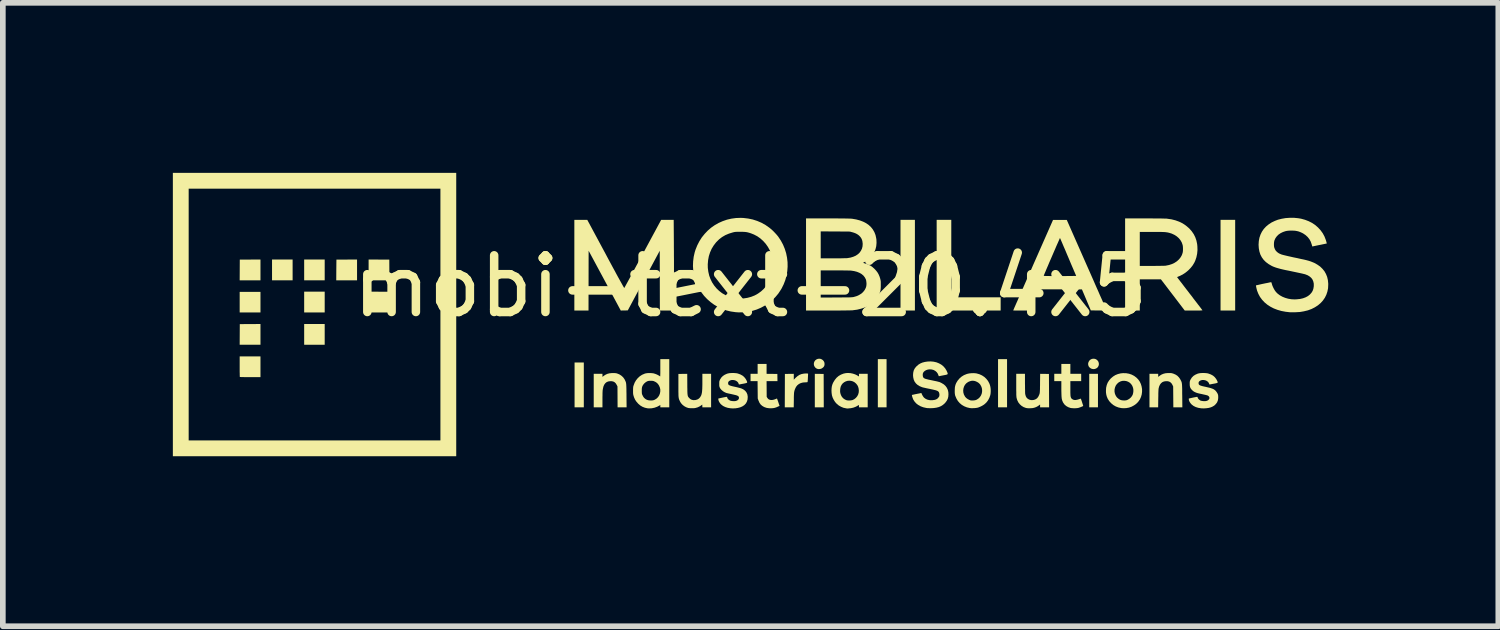
<source format=kicad_pcb>
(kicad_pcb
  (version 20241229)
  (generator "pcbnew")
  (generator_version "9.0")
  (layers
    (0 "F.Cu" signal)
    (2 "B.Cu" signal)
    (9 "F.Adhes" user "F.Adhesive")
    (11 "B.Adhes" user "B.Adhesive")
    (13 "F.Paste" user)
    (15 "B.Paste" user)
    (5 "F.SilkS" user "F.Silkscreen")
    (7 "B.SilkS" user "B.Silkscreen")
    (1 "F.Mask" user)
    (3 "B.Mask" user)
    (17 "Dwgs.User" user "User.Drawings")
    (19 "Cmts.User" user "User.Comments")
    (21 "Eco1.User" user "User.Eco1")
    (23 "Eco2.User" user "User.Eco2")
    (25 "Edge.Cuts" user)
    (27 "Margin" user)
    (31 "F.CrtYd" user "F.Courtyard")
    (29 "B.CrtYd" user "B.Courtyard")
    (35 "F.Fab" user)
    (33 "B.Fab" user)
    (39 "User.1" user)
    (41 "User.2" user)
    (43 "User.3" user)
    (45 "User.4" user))
  (footprint "mobi-text-20.4x5"
    (layer "F.Cu")
    (at 10.193 2.5)
    (property "Reference" "mobi-text-20.4x5" (at 0 -0.5 0) (unlocked yes) (layer "F.SilkS") (effects (font (size 1 1) (thickness 0.15))))
    (attr smd)
    (fp_poly (pts (xy -8.647 -0.037) (xy -9.014 -0.037) (xy -9.014 -0.4) (xy -8.647 -0.4)) (stroke (width 0) (type solid)) (fill yes) (layer "F.SilkS"))
    (fp_poly (pts (xy -8.08 -0.604) (xy -8.443 -0.604) (xy -8.443 -0.971) (xy -8.08 -0.971)) (stroke (width 0) (type solid)) (fill yes) (layer "F.SilkS"))
    (fp_poly (pts (xy -7.514 -0.604) (xy -7.876 -0.604) (xy -7.876 -0.971) (xy -7.514 -0.971)) (stroke (width 0) (type solid)) (fill yes) (layer "F.SilkS"))
    (fp_poly (pts (xy -7.514 -0.037) (xy -7.876 -0.037) (xy -7.876 -0.404) (xy -7.514 -0.404)) (stroke (width 0) (type solid)) (fill yes) (layer "F.SilkS"))
    (fp_poly (pts (xy -7.514 0.533) (xy -7.876 0.533) (xy -7.876 0.167) (xy -7.514 0.167)) (stroke (width 0) (type solid)) (fill yes) (layer "F.SilkS"))
    (fp_poly (pts (xy -2.942 1.637) (xy -3.105 1.637) (xy -3.105 0.846) (xy -2.942 0.846)) (stroke (width 0) (type solid)) (fill yes) (layer "F.SilkS"))
    (fp_poly (pts (xy 2.4 1.637) (xy 2.246 1.637) (xy 2.246 0.787) (xy 2.4 0.787)) (stroke (width 0) (type solid)) (fill yes) (layer "F.SilkS"))
    (fp_poly (pts (xy 2.9 -0.071) (xy 2.646 -0.071) (xy 2.646 -1.671) (xy 2.9 -1.671)) (stroke (width 0) (type solid)) (fill yes) (layer "F.SilkS"))
    (fp_poly (pts (xy 4.526 1.637) (xy 4.367 1.637) (xy 4.367 0.787) (xy 4.526 0.787)) (stroke (width 0) (type solid)) (fill yes) (layer "F.SilkS"))
    (fp_poly (pts (xy 6.13 1.637) (xy 5.976 1.637) (xy 5.976 1.046) (xy 6.13 1.046)) (stroke (width 0) (type solid)) (fill yes) (layer "F.SilkS"))
    (fp_poly (pts (xy 8.551 -0.071) (xy 8.293 -0.071) (xy 8.293 -1.671) (xy 8.551 -1.671)) (stroke (width 0) (type solid)) (fill yes) (layer "F.SilkS"))
    (fp_poly (pts (xy 1.212 1.047) (xy 1.29 1.048) (xy 1.292 1.637) (xy 1.134 1.637) (xy 1.134 1.046)) (stroke (width 0) (type solid)) (fill yes) (layer "F.SilkS"))
    (fp_poly (pts (xy -8.647 -0.604) (xy -9.014 -0.604) (xy -9.013 -0.786) (xy -9.012 -0.969) (xy -8.83 -0.97) (xy -8.647 -0.971)) (stroke (width 0) (type solid)) (fill yes) (layer "F.SilkS"))
    (fp_poly (pts (xy -8.647 0.533) (xy -9.014 0.533) (xy -9.013 0.351) (xy -9.012 0.169) (xy -8.83 0.168) (xy -8.647 0.167)) (stroke (width 0) (type solid)) (fill yes) (layer "F.SilkS"))
    (fp_poly (pts (xy -6.943 -0.604) (xy -7.31 -0.604) (xy -7.309 -0.786) (xy -7.307 -0.969) (xy -7.125 -0.97) (xy -6.943 -0.971)) (stroke (width 0) (type solid)) (fill yes) (layer "F.SilkS"))
    (fp_poly (pts (xy -6.556 -0.97) (xy -6.374 -0.969) (xy -6.373 -0.786) (xy -6.372 -0.604) (xy -6.739 -0.604) (xy -6.739 -0.971)) (stroke (width 0) (type solid)) (fill yes) (layer "F.SilkS"))
    (fp_poly (pts (xy -6.556 -0.403) (xy -6.374 -0.402) (xy -6.373 -0.22) (xy -6.372 -0.037) (xy -6.739 -0.037) (xy -6.739 -0.404)) (stroke (width 0) (type solid)) (fill yes) (layer "F.SilkS"))
    (fp_poly (pts (xy 3.542 -0.304) (xy 4.413 -0.304) (xy 4.413 -0.071) (xy 3.284 -0.071) (xy 3.284 -1.671) (xy 3.542 -1.671)) (stroke (width 0) (type solid)) (fill yes) (layer "F.SilkS"))
    (fp_poly (pts (xy -5.193 2.5) (xy -10.193 2.5) (xy -10.193 2.221) (xy -9.914 2.221) (xy -5.472 2.221) (xy -5.472 -2.221) (xy -9.914 -2.221) (xy -9.914 2.221) (xy -10.193 2.221) (xy -10.193 -2.5) (xy -5.193 -2.5)) (stroke (width 0) (type solid)) (fill yes) (layer "F.SilkS"))
    (fp_poly (pts (xy -8.647 1.104) (xy -8.828 1.104) (xy -8.866 1.104) (xy -8.901 1.104) (xy -8.933 1.104) (xy -8.961 1.103) (xy -8.983 1.103) (xy -9 1.102) (xy -9.009 1.102) (xy -9.011 1.101) (xy -9.012 1.097) (xy -9.012 1.085) (xy -9.013 1.066) (xy -9.013 1.042) (xy -9.014 1.012) (xy -9.014 0.979) (xy -9.014 0.942) (xy -9.014 0.918) (xy -9.014 0.738) (xy -8.647 0.738)) (stroke (width 0) (type solid)) (fill yes) (layer "F.SilkS"))
    (fp_poly (pts (xy 6.072 0.781) (xy 6.096 0.789) (xy 6.116 0.804) (xy 6.133 0.824) (xy 6.136 0.83) (xy 6.145 0.856) (xy 6.146 0.881) (xy 6.141 0.903) (xy 6.13 0.924) (xy 6.115 0.941) (xy 6.095 0.953) (xy 6.072 0.961) (xy 6.048 0.963) (xy 6.022 0.958) (xy 6.005 0.951) (xy 5.984 0.936) (xy 5.968 0.917) (xy 5.959 0.894) (xy 5.956 0.87) (xy 5.961 0.845) (xy 5.972 0.822) (xy 5.979 0.812) (xy 5.999 0.794) (xy 6.023 0.783) (xy 6.047 0.779)) (stroke (width 0) (type solid)) (fill yes) (layer "F.SilkS"))
    (fp_poly (pts (xy 1.236 0.782) (xy 1.259 0.792) (xy 1.278 0.806) (xy 1.293 0.825) (xy 1.303 0.847) (xy 1.306 0.873) (xy 1.304 0.892) (xy 1.3 0.907) (xy 1.293 0.919) (xy 1.282 0.932) (xy 1.28 0.934) (xy 1.257 0.951) (xy 1.231 0.96) (xy 1.203 0.963) (xy 1.177 0.958) (xy 1.161 0.95) (xy 1.144 0.937) (xy 1.131 0.92) (xy 1.123 0.906) (xy 1.117 0.88) (xy 1.118 0.854) (xy 1.127 0.829) (xy 1.142 0.808) (xy 1.161 0.793) (xy 1.187 0.782) (xy 1.212 0.779)) (stroke (width 0) (type solid)) (fill yes) (layer "F.SilkS"))
    (fp_poly (pts (xy 0.989 1.04) (xy 1.003 1.041) (xy 1.012 1.041) (xy 1.014 1.042) (xy 1.015 1.047) (xy 1.015 1.058) (xy 1.014 1.074) (xy 1.013 1.094) (xy 1.012 1.115) (xy 1.011 1.137) (xy 1.01 1.157) (xy 1.008 1.174) (xy 1.007 1.186) (xy 1.006 1.191) (xy 1.002 1.193) (xy 0.991 1.195) (xy 0.972 1.196) (xy 0.968 1.196) (xy 0.925 1.199) (xy 0.887 1.209) (xy 0.854 1.225) (xy 0.826 1.247) (xy 0.803 1.276) (xy 0.785 1.313) (xy 0.774 1.345) (xy 0.772 1.355) (xy 0.77 1.365) (xy 0.768 1.377) (xy 0.767 1.39) (xy 0.766 1.408) (xy 0.765 1.43) (xy 0.764 1.457) (xy 0.764 1.492) (xy 0.764 1.507) (xy 0.762 1.637) (xy 0.604 1.637) (xy 0.606 1.048) (xy 0.684 1.047) (xy 0.763 1.046) (xy 0.763 1.15) (xy 0.791 1.12) (xy 0.826 1.089) (xy 0.862 1.065) (xy 0.9 1.05) (xy 0.943 1.042) (xy 0.972 1.04)) (stroke (width 0) (type solid)) (fill yes) (layer "F.SilkS"))
    (fp_poly (pts (xy 0.283 1.046) (xy 0.378 1.047) (xy 0.473 1.048) (xy 0.475 1.175) (xy 0.283 1.175) (xy 0.284 1.314) (xy 0.285 1.452) (xy 0.297 1.471) (xy 0.312 1.49) (xy 0.333 1.502) (xy 0.358 1.508) (xy 0.388 1.507) (xy 0.41 1.502) (xy 0.426 1.497) (xy 0.442 1.491) (xy 0.45 1.488) (xy 0.46 1.483) (xy 0.465 1.482) (xy 0.468 1.485) (xy 0.469 1.487) (xy 0.471 1.493) (xy 0.476 1.506) (xy 0.482 1.523) (xy 0.489 1.543) (xy 0.492 1.553) (xy 0.512 1.612) (xy 0.48 1.626) (xy 0.461 1.635) (xy 0.44 1.642) (xy 0.422 1.647) (xy 0.421 1.648) (xy 0.393 1.652) (xy 0.361 1.654) (xy 0.327 1.653) (xy 0.297 1.649) (xy 0.281 1.646) (xy 0.241 1.632) (xy 0.208 1.613) (xy 0.18 1.589) (xy 0.158 1.558) (xy 0.141 1.52) (xy 0.139 1.515) (xy 0.127 1.481) (xy 0.124 1.175) (xy 0 1.175) (xy 0 1.046) (xy 0.125 1.046) (xy 0.125 0.871) (xy 0.283 0.871)) (stroke (width 0) (type solid)) (fill yes) (layer "F.SilkS"))
    (fp_poly (pts (xy -2.398 1.033) (xy -2.375 1.035) (xy -2.357 1.039) (xy -2.316 1.055) (xy -2.28 1.078) (xy -2.249 1.106) (xy -2.225 1.14) (xy -2.22 1.148) (xy -2.214 1.161) (xy -2.209 1.172) (xy -2.204 1.183) (xy -2.2 1.194) (xy -2.197 1.207) (xy -2.195 1.222) (xy -2.193 1.239) (xy -2.192 1.261) (xy -2.191 1.287) (xy -2.19 1.319) (xy -2.19 1.356) (xy -2.189 1.401) (xy -2.189 1.434) (xy -2.187 1.637) (xy -2.346 1.637) (xy -2.347 1.453) (xy -2.348 1.268) (xy -2.363 1.239) (xy -2.379 1.213) (xy -2.399 1.194) (xy -2.422 1.182) (xy -2.45 1.176) (xy -2.48 1.176) (xy -2.512 1.181) (xy -2.54 1.193) (xy -2.563 1.212) (xy -2.582 1.238) (xy -2.596 1.27) (xy -2.605 1.31) (xy -2.609 1.333) (xy -2.61 1.346) (xy -2.611 1.366) (xy -2.612 1.392) (xy -2.612 1.422) (xy -2.613 1.455) (xy -2.613 1.489) (xy -2.613 1.503) (xy -2.613 1.637) (xy -2.767 1.637) (xy -2.767 1.046) (xy -2.613 1.046) (xy -2.613 1.1) (xy -2.586 1.079) (xy -2.556 1.06) (xy -2.525 1.046) (xy -2.49 1.037) (xy -2.45 1.033) (xy -2.427 1.032)) (stroke (width 0) (type solid)) (fill yes) (layer "F.SilkS"))
    (fp_poly (pts (xy 7.403 1.032) (xy 7.421 1.033) (xy 7.436 1.036) (xy 7.451 1.04) (xy 7.461 1.043) (xy 7.5 1.06) (xy 7.532 1.081) (xy 7.559 1.109) (xy 7.582 1.142) (xy 7.586 1.15) (xy 7.592 1.162) (xy 7.598 1.173) (xy 7.602 1.183) (xy 7.606 1.194) (xy 7.609 1.206) (xy 7.611 1.22) (xy 7.613 1.237) (xy 7.614 1.258) (xy 7.615 1.283) (xy 7.616 1.313) (xy 7.616 1.35) (xy 7.616 1.393) (xy 7.617 1.432) (xy 7.619 1.637) (xy 7.46 1.637) (xy 7.457 1.269) (xy 7.443 1.239) (xy 7.427 1.213) (xy 7.408 1.195) (xy 7.385 1.182) (xy 7.357 1.176) (xy 7.326 1.176) (xy 7.294 1.181) (xy 7.266 1.193) (xy 7.243 1.212) (xy 7.224 1.237) (xy 7.209 1.27) (xy 7.203 1.293) (xy 7.201 1.301) (xy 7.199 1.312) (xy 7.198 1.327) (xy 7.197 1.345) (xy 7.196 1.368) (xy 7.195 1.397) (xy 7.195 1.433) (xy 7.194 1.476) (xy 7.194 1.478) (xy 7.192 1.637) (xy 7.039 1.637) (xy 7.039 1.046) (xy 7.193 1.046) (xy 7.193 1.1) (xy 7.214 1.084) (xy 7.246 1.062) (xy 7.282 1.046) (xy 7.321 1.036) (xy 7.366 1.032) (xy 7.38 1.032)) (stroke (width 0) (type solid)) (fill yes) (layer "F.SilkS"))
    (fp_poly (pts (xy -2.556 -1.067) (xy -2.512 -0.984) (xy -2.471 -0.908) (xy -2.434 -0.839) (xy -2.4 -0.777) (xy -2.37 -0.721) (xy -2.343 -0.671) (xy -2.319 -0.628) (xy -2.298 -0.59) (xy -2.28 -0.558) (xy -2.265 -0.531) (xy -2.253 -0.509) (xy -2.243 -0.492) (xy -2.236 -0.48) (xy -2.231 -0.472) (xy -2.228 -0.469) (xy -2.227 -0.469) (xy -2.225 -0.473) (xy -2.219 -0.484) (xy -2.209 -0.502) (xy -2.196 -0.526) (xy -2.18 -0.555) (xy -2.161 -0.59) (xy -2.139 -0.63) (xy -2.115 -0.675) (xy -2.089 -0.724) (xy -2.06 -0.777) (xy -2.03 -0.833) (xy -1.998 -0.892) (xy -1.964 -0.954) (xy -1.93 -1.018) (xy -1.9 -1.072) (xy -1.577 -1.671) (xy -1.356 -1.671) (xy -1.353 -1.264) (xy -1.353 -1.194) (xy -1.352 -1.118) (xy -1.352 -1.038) (xy -1.351 -0.954) (xy -1.351 -0.869) (xy -1.351 -0.783) (xy -1.351 -0.7) (xy -1.35 -0.62) (xy -1.35 -0.544) (xy -1.35 -0.475) (xy -1.35 -0.464) (xy -1.35 -0.071) (xy -1.6 -0.071) (xy -1.601 -0.598) (xy -1.602 -1.126) (xy -2.166 -0.073) (xy -2.228 -0.072) (xy -2.29 -0.071) (xy -2.573 -0.598) (xy -2.857 -1.126) (xy -2.858 -0.598) (xy -2.859 -0.071) (xy -3.109 -0.071) (xy -3.109 -1.671) (xy -2.881 -1.671)) (stroke (width 0) (type solid)) (fill yes) (layer "F.SilkS"))
    (fp_poly (pts (xy 5.188 1.047) (xy 5.265 1.048) (xy 5.268 1.637) (xy 5.109 1.637) (xy 5.109 1.587) (xy 5.087 1.604) (xy 5.061 1.621) (xy 5.035 1.634) (xy 5.006 1.644) (xy 4.998 1.646) (xy 4.972 1.651) (xy 4.942 1.653) (xy 4.911 1.654) (xy 4.882 1.652) (xy 4.859 1.648) (xy 4.818 1.633) (xy 4.782 1.611) (xy 4.751 1.583) (xy 4.725 1.55) (xy 4.706 1.511) (xy 4.697 1.481) (xy 4.695 1.473) (xy 4.693 1.465) (xy 4.692 1.456) (xy 4.691 1.445) (xy 4.69 1.431) (xy 4.689 1.415) (xy 4.689 1.394) (xy 4.689 1.367) (xy 4.688 1.335) (xy 4.688 1.297) (xy 4.688 1.251) (xy 4.688 1.046) (xy 4.842 1.046) (xy 4.842 1.214) (xy 4.843 1.259) (xy 4.843 1.3) (xy 4.844 1.335) (xy 4.844 1.364) (xy 4.845 1.387) (xy 4.846 1.402) (xy 4.847 1.406) (xy 4.856 1.44) (xy 4.871 1.467) (xy 4.892 1.487) (xy 4.917 1.501) (xy 4.947 1.509) (xy 4.967 1.51) (xy 5.001 1.506) (xy 5.03 1.495) (xy 5.055 1.478) (xy 5.075 1.453) (xy 5.091 1.421) (xy 5.1 1.397) (xy 5.101 1.389) (xy 5.103 1.38) (xy 5.104 1.369) (xy 5.105 1.353) (xy 5.106 1.334) (xy 5.107 1.309) (xy 5.107 1.279) (xy 5.108 1.241) (xy 5.108 1.209) (xy 5.11 1.046)) (stroke (width 0) (type solid)) (fill yes) (layer "F.SilkS"))
    (fp_poly (pts (xy -1.116 1.23) (xy -1.116 1.277) (xy -1.115 1.316) (xy -1.115 1.348) (xy -1.114 1.375) (xy -1.113 1.396) (xy -1.111 1.413) (xy -1.109 1.427) (xy -1.106 1.438) (xy -1.103 1.446) (xy -1.098 1.454) (xy -1.093 1.461) (xy -1.086 1.469) (xy -1.085 1.47) (xy -1.063 1.491) (xy -1.038 1.504) (xy -1.009 1.51) (xy -0.976 1.509) (xy -0.97 1.508) (xy -0.939 1.499) (xy -0.912 1.483) (xy -0.89 1.46) (xy -0.873 1.431) (xy -0.867 1.416) (xy -0.863 1.4) (xy -0.859 1.383) (xy -0.856 1.363) (xy -0.854 1.339) (xy -0.852 1.31) (xy -0.851 1.275) (xy -0.85 1.235) (xy -0.85 1.186) (xy -0.85 1.178) (xy -0.85 1.046) (xy -0.696 1.046) (xy -0.696 1.637) (xy -0.85 1.637) (xy -0.852 1.588) (xy -0.871 1.603) (xy -0.899 1.621) (xy -0.932 1.637) (xy -0.967 1.647) (xy -0.969 1.648) (xy -0.994 1.652) (xy -1.023 1.653) (xy -1.053 1.653) (xy -1.08 1.651) (xy -1.101 1.648) (xy -1.137 1.635) (xy -1.171 1.616) (xy -1.201 1.592) (xy -1.227 1.563) (xy -1.245 1.533) (xy -1.251 1.52) (xy -1.256 1.508) (xy -1.261 1.497) (xy -1.264 1.486) (xy -1.267 1.473) (xy -1.269 1.459) (xy -1.271 1.441) (xy -1.272 1.42) (xy -1.272 1.394) (xy -1.273 1.363) (xy -1.273 1.326) (xy -1.273 1.282) (xy -1.273 1.25) (xy -1.273 1.048) (xy -1.117 1.046)) (stroke (width 0) (type solid)) (fill yes) (layer "F.SilkS"))
    (fp_poly (pts (xy 5.643 1.046) (xy 5.834 1.046) (xy 5.834 1.175) (xy 5.643 1.175) (xy 5.643 1.303) (xy 5.643 1.344) (xy 5.643 1.378) (xy 5.644 1.405) (xy 5.645 1.426) (xy 5.647 1.443) (xy 5.65 1.456) (xy 5.654 1.466) (xy 5.658 1.475) (xy 5.664 1.482) (xy 5.669 1.487) (xy 5.688 1.5) (xy 5.71 1.507) (xy 5.737 1.508) (xy 5.768 1.502) (xy 5.789 1.496) (xy 5.806 1.49) (xy 5.818 1.486) (xy 5.826 1.484) (xy 5.828 1.484) (xy 5.83 1.489) (xy 5.834 1.501) (xy 5.84 1.517) (xy 5.846 1.535) (xy 5.852 1.555) (xy 5.858 1.574) (xy 5.864 1.591) (xy 5.868 1.604) (xy 5.869 1.612) (xy 5.87 1.613) (xy 5.864 1.616) (xy 5.853 1.622) (xy 5.838 1.628) (xy 5.821 1.635) (xy 5.804 1.641) (xy 5.788 1.646) (xy 5.782 1.648) (xy 5.762 1.651) (xy 5.736 1.653) (xy 5.709 1.654) (xy 5.681 1.652) (xy 5.657 1.65) (xy 5.645 1.648) (xy 5.605 1.634) (xy 5.57 1.614) (xy 5.541 1.589) (xy 5.518 1.557) (xy 5.511 1.545) (xy 5.505 1.53) (xy 5.499 1.516) (xy 5.495 1.501) (xy 5.491 1.484) (xy 5.489 1.465) (xy 5.487 1.442) (xy 5.486 1.414) (xy 5.485 1.38) (xy 5.484 1.339) (xy 5.484 1.311) (xy 5.484 1.175) (xy 5.359 1.175) (xy 5.359 1.046) (xy 5.484 1.046) (xy 5.484 0.871) (xy 5.643 0.871)) (stroke (width 0) (type solid)) (fill yes) (layer "F.SilkS"))
    (fp_poly (pts (xy 6.626 1.035) (xy 6.678 1.044) (xy 6.725 1.06) (xy 6.769 1.083) (xy 6.81 1.114) (xy 6.841 1.146) (xy 6.867 1.183) (xy 6.887 1.225) (xy 6.9 1.269) (xy 6.908 1.316) (xy 6.908 1.363) (xy 6.902 1.41) (xy 6.889 1.455) (xy 6.87 1.497) (xy 6.867 1.501) (xy 6.839 1.541) (xy 6.805 1.575) (xy 6.766 1.603) (xy 6.723 1.626) (xy 6.677 1.642) (xy 6.628 1.651) (xy 6.578 1.653) (xy 6.54 1.65) (xy 6.49 1.639) (xy 6.443 1.621) (xy 6.4 1.596) (xy 6.363 1.565) (xy 6.33 1.529) (xy 6.304 1.489) (xy 6.298 1.476) (xy 6.285 1.444) (xy 6.277 1.413) (xy 6.272 1.38) (xy 6.271 1.355) (xy 6.422 1.355) (xy 6.427 1.389) (xy 6.439 1.422) (xy 6.457 1.452) (xy 6.469 1.466) (xy 6.495 1.488) (xy 6.521 1.504) (xy 6.551 1.513) (xy 6.586 1.516) (xy 6.595 1.516) (xy 6.615 1.515) (xy 6.629 1.513) (xy 6.642 1.509) (xy 6.656 1.503) (xy 6.66 1.501) (xy 6.687 1.484) (xy 6.711 1.463) (xy 6.73 1.438) (xy 6.743 1.414) (xy 6.751 1.384) (xy 6.755 1.351) (xy 6.754 1.319) (xy 6.749 1.293) (xy 6.736 1.258) (xy 6.716 1.228) (xy 6.691 1.203) (xy 6.661 1.185) (xy 6.627 1.173) (xy 6.591 1.169) (xy 6.558 1.171) (xy 6.53 1.179) (xy 6.503 1.193) (xy 6.489 1.202) (xy 6.464 1.226) (xy 6.444 1.254) (xy 6.431 1.286) (xy 6.423 1.32) (xy 6.422 1.355) (xy 6.271 1.355) (xy 6.271 1.342) (xy 6.271 1.342) (xy 6.274 1.291) (xy 6.285 1.244) (xy 6.302 1.201) (xy 6.327 1.162) (xy 6.357 1.127) (xy 6.396 1.094) (xy 6.437 1.068) (xy 6.482 1.05) (xy 6.531 1.038) (xy 6.571 1.034)) (stroke (width 0) (type solid)) (fill yes) (layer "F.SilkS"))
    (fp_poly (pts (xy 1.765 1.034) (xy 1.807 1.043) (xy 1.846 1.056) (xy 1.881 1.073) (xy 1.884 1.075) (xy 1.896 1.083) (xy 1.906 1.089) (xy 1.911 1.092) (xy 1.911 1.092) (xy 1.912 1.088) (xy 1.913 1.078) (xy 1.913 1.069) (xy 1.913 1.046) (xy 2.067 1.046) (xy 2.067 1.637) (xy 1.913 1.637) (xy 1.913 1.617) (xy 1.912 1.605) (xy 1.912 1.597) (xy 1.911 1.596) (xy 1.907 1.598) (xy 1.897 1.603) (xy 1.885 1.611) (xy 1.883 1.613) (xy 1.851 1.629) (xy 1.813 1.643) (xy 1.772 1.652) (xy 1.751 1.654) (xy 1.733 1.656) (xy 1.719 1.657) (xy 1.711 1.658) (xy 1.709 1.658) (xy 1.704 1.657) (xy 1.693 1.656) (xy 1.683 1.654) (xy 1.639 1.645) (xy 1.596 1.627) (xy 1.556 1.604) (xy 1.521 1.575) (xy 1.493 1.544) (xy 1.468 1.505) (xy 1.449 1.466) (xy 1.436 1.425) (xy 1.43 1.38) (xy 1.429 1.356) (xy 1.58 1.356) (xy 1.583 1.38) (xy 1.583 1.383) (xy 1.595 1.421) (xy 1.612 1.452) (xy 1.635 1.478) (xy 1.665 1.499) (xy 1.692 1.511) (xy 1.709 1.515) (xy 1.732 1.516) (xy 1.756 1.516) (xy 1.779 1.513) (xy 1.799 1.509) (xy 1.831 1.493) (xy 1.858 1.471) (xy 1.881 1.444) (xy 1.898 1.413) (xy 1.908 1.379) (xy 1.911 1.343) (xy 1.907 1.306) (xy 1.899 1.276) (xy 1.888 1.252) (xy 1.871 1.229) (xy 1.862 1.218) (xy 1.835 1.195) (xy 1.805 1.179) (xy 1.774 1.17) (xy 1.742 1.167) (xy 1.71 1.17) (xy 1.679 1.18) (xy 1.651 1.195) (xy 1.626 1.215) (xy 1.606 1.241) (xy 1.591 1.271) (xy 1.59 1.276) (xy 1.584 1.301) (xy 1.581 1.329) (xy 1.58 1.356) (xy 1.429 1.356) (xy 1.428 1.344) (xy 1.43 1.304) (xy 1.434 1.27) (xy 1.442 1.239) (xy 1.454 1.209) (xy 1.46 1.197) (xy 1.487 1.153) (xy 1.518 1.115) (xy 1.554 1.084) (xy 1.595 1.06) (xy 1.641 1.042) (xy 1.684 1.033) (xy 1.723 1.031)) (stroke (width 0) (type solid)) (fill yes) (layer "F.SilkS"))
    (fp_poly (pts (xy 3.969 1.036) (xy 3.988 1.039) (xy 4.038 1.053) (xy 4.084 1.074) (xy 4.125 1.101) (xy 4.16 1.134) (xy 4.19 1.172) (xy 4.213 1.215) (xy 4.224 1.244) (xy 4.232 1.276) (xy 4.237 1.313) (xy 4.238 1.351) (xy 4.236 1.388) (xy 4.231 1.42) (xy 4.214 1.469) (xy 4.191 1.513) (xy 4.161 1.552) (xy 4.131 1.58) (xy 4.109 1.596) (xy 4.082 1.612) (xy 4.053 1.626) (xy 4.024 1.638) (xy 4.004 1.644) (xy 3.98 1.648) (xy 3.951 1.651) (xy 3.921 1.652) (xy 3.892 1.652) (xy 3.87 1.65) (xy 3.818 1.638) (xy 3.771 1.619) (xy 3.728 1.594) (xy 3.69 1.562) (xy 3.658 1.525) (xy 3.633 1.483) (xy 3.613 1.436) (xy 3.612 1.433) (xy 3.608 1.419) (xy 3.606 1.405) (xy 3.604 1.39) (xy 3.603 1.372) (xy 3.603 1.347) (xy 3.603 1.344) (xy 3.603 1.342) (xy 3.752 1.342) (xy 3.755 1.377) (xy 3.765 1.412) (xy 3.782 1.443) (xy 3.787 1.452) (xy 3.807 1.473) (xy 3.831 1.491) (xy 3.86 1.506) (xy 3.862 1.507) (xy 3.875 1.512) (xy 3.886 1.515) (xy 3.9 1.516) (xy 3.917 1.516) (xy 3.926 1.516) (xy 3.947 1.514) (xy 3.962 1.512) (xy 3.975 1.508) (xy 3.989 1.503) (xy 3.99 1.502) (xy 4.02 1.483) (xy 4.045 1.459) (xy 4.064 1.431) (xy 4.078 1.399) (xy 4.085 1.365) (xy 4.086 1.331) (xy 4.081 1.297) (xy 4.069 1.264) (xy 4.051 1.233) (xy 4.04 1.221) (xy 4.019 1.202) (xy 3.993 1.187) (xy 3.965 1.175) (xy 3.94 1.169) (xy 3.906 1.168) (xy 3.872 1.176) (xy 3.839 1.19) (xy 3.81 1.211) (xy 3.805 1.215) (xy 3.782 1.242) (xy 3.766 1.273) (xy 3.756 1.306) (xy 3.752 1.342) (xy 3.603 1.342) (xy 3.604 1.31) (xy 3.606 1.282) (xy 3.611 1.258) (xy 3.618 1.234) (xy 3.628 1.21) (xy 3.63 1.206) (xy 3.655 1.165) (xy 3.687 1.127) (xy 3.724 1.095) (xy 3.766 1.069) (xy 3.813 1.05) (xy 3.826 1.046) (xy 3.858 1.039) (xy 3.895 1.035) (xy 3.933 1.034)) (stroke (width 0) (type solid)) (fill yes) (layer "F.SilkS"))
    (fp_poly (pts (xy -1.434 1.637) (xy -1.592 1.637) (xy -1.592 1.595) (xy -1.605 1.604) (xy -1.648 1.627) (xy -1.695 1.644) (xy -1.744 1.654) (xy -1.793 1.656) (xy -1.82 1.654) (xy -1.865 1.644) (xy -1.906 1.628) (xy -1.945 1.605) (xy -1.982 1.573) (xy -1.984 1.571) (xy -2.013 1.538) (xy -2.036 1.504) (xy -2.054 1.465) (xy -2.063 1.438) (xy -2.067 1.424) (xy -2.07 1.411) (xy -2.072 1.396) (xy -2.073 1.379) (xy -2.073 1.356) (xy -2.073 1.344) (xy -1.919 1.344) (xy -1.919 1.366) (xy -1.918 1.382) (xy -1.917 1.395) (xy -1.915 1.404) (xy -1.911 1.414) (xy -1.906 1.425) (xy -1.893 1.45) (xy -1.879 1.469) (xy -1.862 1.484) (xy -1.855 1.49) (xy -1.832 1.503) (xy -1.808 1.511) (xy -1.782 1.515) (xy -1.754 1.516) (xy -1.734 1.515) (xy -1.719 1.513) (xy -1.706 1.509) (xy -1.693 1.504) (xy -1.687 1.501) (xy -1.657 1.482) (xy -1.632 1.457) (xy -1.613 1.428) (xy -1.6 1.396) (xy -1.593 1.361) (xy -1.592 1.326) (xy -1.599 1.291) (xy -1.613 1.257) (xy -1.621 1.243) (xy -1.637 1.221) (xy -1.655 1.204) (xy -1.677 1.189) (xy -1.692 1.182) (xy -1.705 1.176) (xy -1.717 1.172) (xy -1.729 1.17) (xy -1.744 1.169) (xy -1.761 1.169) (xy -1.781 1.169) (xy -1.796 1.17) (xy -1.808 1.173) (xy -1.82 1.177) (xy -1.829 1.181) (xy -1.854 1.197) (xy -1.878 1.218) (xy -1.898 1.244) (xy -1.909 1.265) (xy -1.913 1.277) (xy -1.916 1.288) (xy -1.918 1.301) (xy -1.919 1.318) (xy -1.919 1.341) (xy -1.919 1.344) (xy -2.073 1.344) (xy -2.073 1.318) (xy -2.072 1.298) (xy -2.071 1.283) (xy -2.069 1.269) (xy -2.065 1.256) (xy -2.063 1.25) (xy -2.045 1.202) (xy -2.02 1.159) (xy -1.989 1.121) (xy -1.954 1.089) (xy -1.914 1.063) (xy -1.87 1.044) (xy -1.854 1.039) (xy -1.831 1.035) (xy -1.803 1.032) (xy -1.772 1.032) (xy -1.742 1.034) (xy -1.715 1.037) (xy -1.708 1.039) (xy -1.684 1.046) (xy -1.658 1.056) (xy -1.635 1.067) (xy -1.616 1.078) (xy -1.61 1.081) (xy -1.601 1.088) (xy -1.595 1.091) (xy -1.594 1.092) (xy -1.594 1.088) (xy -1.593 1.076) (xy -1.593 1.058) (xy -1.592 1.035) (xy -1.592 1.007) (xy -1.592 0.975) (xy -1.592 0.94) (xy -1.592 0.787) (xy -1.434 0.787)) (stroke (width 0) (type solid)) (fill yes) (layer "F.SilkS"))
    (fp_poly (pts (xy 7.027 -1.696) (xy 7.089 -1.696) (xy 7.145 -1.695) (xy 7.196 -1.695) (xy 7.24 -1.695) (xy 7.278 -1.694) (xy 7.308 -1.693) (xy 7.331 -1.693) (xy 7.347 -1.692) (xy 7.35 -1.691) (xy 7.427 -1.68) (xy 7.498 -1.662) (xy 7.564 -1.638) (xy 7.625 -1.608) (xy 7.68 -1.571) (xy 7.731 -1.528) (xy 7.743 -1.517) (xy 7.785 -1.469) (xy 7.82 -1.418) (xy 7.847 -1.364) (xy 7.867 -1.306) (xy 7.88 -1.244) (xy 7.884 -1.205) (xy 7.886 -1.138) (xy 7.88 -1.074) (xy 7.867 -1.011) (xy 7.847 -0.952) (xy 7.833 -0.921) (xy 7.803 -0.87) (xy 7.766 -0.823) (xy 7.723 -0.779) (xy 7.674 -0.739) (xy 7.622 -0.705) (xy 7.566 -0.678) (xy 7.554 -0.673) (xy 7.541 -0.667) (xy 7.531 -0.663) (xy 7.526 -0.66) (xy 7.526 -0.66) (xy 7.529 -0.656) (xy 7.536 -0.647) (xy 7.547 -0.632) (xy 7.563 -0.611) (xy 7.582 -0.586) (xy 7.605 -0.557) (xy 7.63 -0.524) (xy 7.658 -0.487) (xy 7.688 -0.448) (xy 7.72 -0.407) (xy 7.748 -0.37) (xy 7.782 -0.327) (xy 7.813 -0.285) (xy 7.843 -0.246) (xy 7.871 -0.21) (xy 7.896 -0.177) (xy 7.919 -0.148) (xy 7.938 -0.123) (xy 7.953 -0.103) (xy 7.964 -0.088) (xy 7.971 -0.079) (xy 7.974 -0.076) (xy 7.973 -0.075) (xy 7.968 -0.074) (xy 7.96 -0.073) (xy 7.946 -0.072) (xy 7.926 -0.071) (xy 7.901 -0.071) (xy 7.868 -0.071) (xy 7.828 -0.071) (xy 7.819 -0.071) (xy 7.661 -0.071) (xy 7.451 -0.346) (xy 7.241 -0.621) (xy 7.054 -0.621) (xy 6.868 -0.621) (xy 6.868 -0.071) (xy 6.609 -0.071) (xy 6.609 -1.458) (xy 6.868 -1.458) (xy 6.868 -0.858) (xy 7.082 -0.858) (xy 7.132 -0.858) (xy 7.178 -0.859) (xy 7.22 -0.859) (xy 7.255 -0.86) (xy 7.285 -0.86) (xy 7.308 -0.861) (xy 7.324 -0.862) (xy 7.329 -0.863) (xy 7.384 -0.874) (xy 7.436 -0.891) (xy 7.482 -0.913) (xy 7.523 -0.94) (xy 7.558 -0.972) (xy 7.587 -1.008) (xy 7.61 -1.048) (xy 7.624 -1.089) (xy 7.628 -1.111) (xy 7.63 -1.137) (xy 7.63 -1.166) (xy 7.629 -1.194) (xy 7.626 -1.218) (xy 7.624 -1.227) (xy 7.609 -1.271) (xy 7.586 -1.311) (xy 7.557 -1.347) (xy 7.521 -1.379) (xy 7.479 -1.406) (xy 7.432 -1.428) (xy 7.41 -1.435) (xy 7.394 -1.44) (xy 7.378 -1.444) (xy 7.363 -1.448) (xy 7.347 -1.45) (xy 7.329 -1.453) (xy 7.308 -1.455) (xy 7.284 -1.456) (xy 7.256 -1.457) (xy 7.223 -1.458) (xy 7.184 -1.458) (xy 7.139 -1.458) (xy 7.086 -1.458) (xy 7.081 -1.458) (xy 6.868 -1.458) (xy 6.609 -1.458) (xy 6.609 -1.696) (xy 6.96 -1.696)) (stroke (width 0) (type solid)) (fill yes) (layer "F.SilkS"))
    (fp_poly (pts (xy -0.274 1.033) (xy -0.244 1.036) (xy -0.223 1.041) (xy -0.179 1.057) (xy -0.141 1.078) (xy -0.11 1.105) (xy -0.085 1.137) (xy -0.075 1.155) (xy -0.066 1.173) (xy -0.061 1.186) (xy -0.059 1.195) (xy -0.062 1.202) (xy -0.07 1.207) (xy -0.084 1.211) (xy -0.105 1.216) (xy -0.126 1.22) (xy -0.154 1.225) (xy -0.175 1.229) (xy -0.189 1.232) (xy -0.199 1.233) (xy -0.205 1.232) (xy -0.207 1.231) (xy -0.208 1.228) (xy -0.208 1.226) (xy -0.211 1.218) (xy -0.216 1.207) (xy -0.22 1.199) (xy -0.236 1.182) (xy -0.257 1.168) (xy -0.281 1.159) (xy -0.307 1.155) (xy -0.333 1.155) (xy -0.356 1.161) (xy -0.377 1.172) (xy -0.382 1.177) (xy -0.391 1.188) (xy -0.395 1.199) (xy -0.396 1.208) (xy -0.395 1.22) (xy -0.393 1.229) (xy -0.389 1.237) (xy -0.381 1.244) (xy -0.369 1.25) (xy -0.352 1.256) (xy -0.329 1.263) (xy -0.299 1.27) (xy -0.276 1.275) (xy -0.239 1.283) (xy -0.209 1.291) (xy -0.185 1.297) (xy -0.165 1.303) (xy -0.149 1.31) (xy -0.136 1.316) (xy -0.123 1.324) (xy -0.116 1.328) (xy -0.089 1.352) (xy -0.069 1.379) (xy -0.056 1.41) (xy -0.05 1.446) (xy -0.05 1.46) (xy -0.053 1.5) (xy -0.064 1.535) (xy -0.081 1.567) (xy -0.106 1.594) (xy -0.114 1.601) (xy -0.145 1.621) (xy -0.182 1.637) (xy -0.224 1.648) (xy -0.27 1.655) (xy -0.318 1.656) (xy -0.352 1.654) (xy -0.402 1.646) (xy -0.446 1.632) (xy -0.485 1.613) (xy -0.517 1.588) (xy -0.52 1.586) (xy -0.536 1.568) (xy -0.55 1.547) (xy -0.561 1.526) (xy -0.567 1.506) (xy -0.568 1.497) (xy -0.569 1.482) (xy -0.496 1.466) (xy -0.472 1.461) (xy -0.451 1.457) (xy -0.434 1.454) (xy -0.423 1.452) (xy -0.418 1.452) (xy -0.414 1.457) (xy -0.411 1.466) (xy -0.411 1.466) (xy -0.405 1.481) (xy -0.393 1.496) (xy -0.377 1.509) (xy -0.36 1.518) (xy -0.359 1.519) (xy -0.334 1.525) (xy -0.306 1.528) (xy -0.278 1.528) (xy -0.254 1.524) (xy -0.253 1.523) (xy -0.232 1.514) (xy -0.216 1.501) (xy -0.207 1.486) (xy -0.204 1.472) (xy -0.205 1.461) (xy -0.208 1.451) (xy -0.214 1.443) (xy -0.224 1.436) (xy -0.238 1.429) (xy -0.259 1.422) (xy -0.285 1.416) (xy -0.319 1.408) (xy -0.328 1.406) (xy -0.355 1.4) (xy -0.379 1.395) (xy -0.401 1.39) (xy -0.417 1.386) (xy -0.428 1.383) (xy -0.429 1.383) (xy -0.458 1.37) (xy -0.486 1.353) (xy -0.512 1.331) (xy -0.532 1.308) (xy -0.543 1.288) (xy -0.547 1.278) (xy -0.55 1.267) (xy -0.552 1.253) (xy -0.552 1.234) (xy -0.552 1.223) (xy -0.552 1.202) (xy -0.551 1.188) (xy -0.55 1.176) (xy -0.546 1.166) (xy -0.541 1.153) (xy -0.537 1.145) (xy -0.516 1.112) (xy -0.488 1.084) (xy -0.455 1.062) (xy -0.415 1.044) (xy -0.396 1.039) (xy -0.371 1.034) (xy -0.34 1.032) (xy -0.307 1.031)) (stroke (width 0) (type solid)) (fill yes) (layer "F.SilkS"))
    (fp_poly (pts (xy 5.92 -0.898) (xy 5.954 -0.821) (xy 5.987 -0.747) (xy 6.019 -0.674) (xy 6.05 -0.604) (xy 6.079 -0.537) (xy 6.107 -0.473) (xy 6.134 -0.413) (xy 6.158 -0.357) (xy 6.181 -0.306) (xy 6.202 -0.259) (xy 6.22 -0.218) (xy 6.236 -0.182) (xy 6.249 -0.152) (xy 6.259 -0.128) (xy 6.267 -0.111) (xy 6.271 -0.101) (xy 6.272 -0.099) (xy 6.284 -0.071) (xy 6.144 -0.072) (xy 6.004 -0.073) (xy 5.926 -0.258) (xy 5.847 -0.444) (xy 5.46 -0.445) (xy 5.392 -0.445) (xy 5.332 -0.445) (xy 5.279 -0.445) (xy 5.233 -0.445) (xy 5.194 -0.445) (xy 5.161 -0.445) (xy 5.134 -0.444) (xy 5.112 -0.444) (xy 5.095 -0.443) (xy 5.083 -0.443) (xy 5.075 -0.442) (xy 5.07 -0.441) (xy 5.069 -0.441) (xy 5.066 -0.436) (xy 5.061 -0.424) (xy 5.053 -0.406) (xy 5.043 -0.383) (xy 5.031 -0.355) (xy 5.018 -0.324) (xy 5.003 -0.289) (xy 4.988 -0.253) (xy 4.911 -0.071) (xy 4.773 -0.071) (xy 4.74 -0.071) (xy 4.709 -0.071) (xy 4.683 -0.071) (xy 4.661 -0.071) (xy 4.645 -0.072) (xy 4.636 -0.072) (xy 4.634 -0.072) (xy 4.636 -0.076) (xy 4.641 -0.087) (xy 4.649 -0.106) (xy 4.659 -0.13) (xy 4.673 -0.161) (xy 4.689 -0.198) (xy 4.708 -0.24) (xy 4.728 -0.287) (xy 4.751 -0.34) (xy 4.776 -0.396) (xy 4.803 -0.457) (xy 4.831 -0.521) (xy 4.861 -0.589) (xy 4.892 -0.66) (xy 4.903 -0.685) (xy 5.173 -0.685) (xy 5.174 -0.684) (xy 5.177 -0.683) (xy 5.182 -0.682) (xy 5.19 -0.681) (xy 5.201 -0.681) (xy 5.216 -0.68) (xy 5.236 -0.68) (xy 5.261 -0.68) (xy 5.292 -0.679) (xy 5.329 -0.679) (xy 5.372 -0.679) (xy 5.424 -0.679) (xy 5.459 -0.679) (xy 5.507 -0.679) (xy 5.553 -0.679) (xy 5.595 -0.68) (xy 5.633 -0.68) (xy 5.667 -0.68) (xy 5.696 -0.681) (xy 5.719 -0.681) (xy 5.735 -0.681) (xy 5.744 -0.682) (xy 5.745 -0.682) (xy 5.744 -0.687) (xy 5.739 -0.698) (xy 5.731 -0.716) (xy 5.721 -0.74) (xy 5.708 -0.769) (xy 5.694 -0.803) (xy 5.677 -0.842) (xy 5.659 -0.884) (xy 5.64 -0.929) (xy 5.62 -0.977) (xy 5.603 -1.017) (xy 5.582 -1.066) (xy 5.562 -1.114) (xy 5.543 -1.159) (xy 5.525 -1.2) (xy 5.509 -1.238) (xy 5.495 -1.271) (xy 5.483 -1.299) (xy 5.473 -1.322) (xy 5.466 -1.338) (xy 5.461 -1.348) (xy 5.46 -1.351) (xy 5.458 -1.347) (xy 5.453 -1.337) (xy 5.446 -1.32) (xy 5.436 -1.298) (xy 5.424 -1.27) (xy 5.41 -1.239) (xy 5.394 -1.203) (xy 5.378 -1.165) (xy 5.36 -1.124) (xy 5.342 -1.082) (xy 5.323 -1.038) (xy 5.304 -0.994) (xy 5.285 -0.951) (xy 5.267 -0.909) (xy 5.25 -0.868) (xy 5.233 -0.829) (xy 5.218 -0.794) (xy 5.205 -0.762) (xy 5.193 -0.735) (xy 5.184 -0.712) (xy 5.177 -0.696) (xy 5.174 -0.686) (xy 5.173 -0.685) (xy 4.903 -0.685) (xy 4.925 -0.733) (xy 4.958 -0.809) (xy 4.985 -0.871) (xy 5.337 -1.669) (xy 5.58 -1.669)) (stroke (width 0) (type solid)) (fill yes) (layer "F.SilkS"))
    (fp_poly (pts (xy 8.027 1.033) (xy 8.058 1.036) (xy 8.078 1.041) (xy 8.122 1.057) (xy 8.16 1.078) (xy 8.191 1.105) (xy 8.216 1.137) (xy 8.226 1.155) (xy 8.235 1.173) (xy 8.241 1.186) (xy 8.243 1.195) (xy 8.24 1.202) (xy 8.232 1.207) (xy 8.218 1.211) (xy 8.197 1.216) (xy 8.175 1.22) (xy 8.147 1.225) (xy 8.127 1.229) (xy 8.112 1.232) (xy 8.102 1.233) (xy 8.097 1.232) (xy 8.094 1.231) (xy 8.093 1.228) (xy 8.093 1.226) (xy 8.091 1.218) (xy 8.085 1.207) (xy 8.081 1.199) (xy 8.065 1.182) (xy 8.044 1.168) (xy 8.02 1.159) (xy 7.994 1.155) (xy 7.969 1.155) (xy 7.945 1.161) (xy 7.925 1.172) (xy 7.919 1.177) (xy 7.91 1.188) (xy 7.906 1.199) (xy 7.905 1.208) (xy 7.906 1.22) (xy 7.908 1.229) (xy 7.913 1.237) (xy 7.92 1.244) (xy 7.932 1.25) (xy 7.949 1.256) (xy 7.972 1.263) (xy 8.002 1.27) (xy 8.026 1.275) (xy 8.064 1.284) (xy 8.095 1.291) (xy 8.12 1.298) (xy 8.14 1.305) (xy 8.157 1.311) (xy 8.171 1.318) (xy 8.183 1.326) (xy 8.195 1.335) (xy 8.202 1.341) (xy 8.216 1.357) (xy 8.23 1.377) (xy 8.242 1.398) (xy 8.249 1.418) (xy 8.249 1.418) (xy 8.251 1.435) (xy 8.252 1.457) (xy 8.251 1.48) (xy 8.248 1.502) (xy 8.245 1.517) (xy 8.231 1.551) (xy 8.209 1.58) (xy 8.182 1.606) (xy 8.148 1.626) (xy 8.122 1.637) (xy 8.086 1.647) (xy 8.044 1.653) (xy 8.001 1.656) (xy 7.958 1.655) (xy 7.949 1.654) (xy 7.9 1.646) (xy 7.855 1.632) (xy 7.817 1.613) (xy 7.784 1.588) (xy 7.782 1.586) (xy 7.766 1.568) (xy 7.751 1.547) (xy 7.74 1.526) (xy 7.734 1.506) (xy 7.733 1.497) (xy 7.733 1.482) (xy 7.805 1.466) (xy 7.829 1.461) (xy 7.85 1.457) (xy 7.867 1.454) (xy 7.879 1.452) (xy 7.883 1.452) (xy 7.887 1.457) (xy 7.89 1.466) (xy 7.89 1.467) (xy 7.896 1.48) (xy 7.907 1.494) (xy 7.922 1.507) (xy 7.938 1.517) (xy 7.945 1.52) (xy 7.969 1.525) (xy 7.996 1.528) (xy 8.023 1.528) (xy 8.046 1.524) (xy 8.048 1.523) (xy 8.07 1.514) (xy 8.085 1.501) (xy 8.095 1.486) (xy 8.097 1.47) (xy 8.094 1.455) (xy 8.083 1.44) (xy 8.066 1.429) (xy 8.063 1.427) (xy 8.055 1.425) (xy 8.04 1.421) (xy 8.02 1.416) (xy 7.996 1.411) (xy 7.97 1.405) (xy 7.966 1.404) (xy 7.927 1.396) (xy 7.894 1.388) (xy 7.868 1.38) (xy 7.846 1.371) (xy 7.828 1.362) (xy 7.812 1.352) (xy 7.798 1.34) (xy 7.787 1.329) (xy 7.771 1.311) (xy 7.761 1.294) (xy 7.754 1.276) (xy 7.75 1.254) (xy 7.749 1.227) (xy 7.749 1.223) (xy 7.749 1.202) (xy 7.75 1.188) (xy 7.752 1.176) (xy 7.755 1.166) (xy 7.761 1.153) (xy 7.765 1.145) (xy 7.786 1.112) (xy 7.813 1.084) (xy 7.847 1.062) (xy 7.887 1.044) (xy 7.905 1.039) (xy 7.931 1.034) (xy 7.961 1.032) (xy 7.994 1.031)) (stroke (width 0) (type solid)) (fill yes) (layer "F.SilkS"))
    (fp_poly (pts (xy -0.125 -1.704) (xy -0.042 -1.694) (xy 0.039 -1.677) (xy 0.117 -1.652) (xy 0.192 -1.62) (xy 0.264 -1.58) (xy 0.331 -1.533) (xy 0.341 -1.525) (xy 0.369 -1.502) (xy 0.398 -1.475) (xy 0.427 -1.445) (xy 0.454 -1.416) (xy 0.477 -1.389) (xy 0.488 -1.375) (xy 0.534 -1.306) (xy 0.573 -1.234) (xy 0.604 -1.159) (xy 0.628 -1.082) (xy 0.644 -1.003) (xy 0.653 -0.924) (xy 0.654 -0.844) (xy 0.648 -0.764) (xy 0.634 -0.685) (xy 0.613 -0.607) (xy 0.584 -0.532) (xy 0.547 -0.458) (xy 0.535 -0.438) (xy 0.49 -0.37) (xy 0.438 -0.308) (xy 0.382 -0.252) (xy 0.32 -0.202) (xy 0.253 -0.158) (xy 0.183 -0.12) (xy 0.11 -0.089) (xy 0.033 -0.065) (xy -0.046 -0.049) (xy -0.127 -0.04) (xy -0.209 -0.038) (xy -0.265 -0.042) (xy -0.348 -0.054) (xy -0.427 -0.073) (xy -0.503 -0.1) (xy -0.575 -0.134) (xy -0.643 -0.174) (xy -0.707 -0.221) (xy -0.766 -0.273) (xy -0.82 -0.33) (xy -0.868 -0.393) (xy -0.91 -0.461) (xy -0.946 -0.533) (xy -0.975 -0.609) (xy -0.996 -0.688) (xy -0.998 -0.695) (xy -1.011 -0.775) (xy -1.016 -0.857) (xy -1.015 -0.886) (xy -0.755 -0.886) (xy -0.754 -0.823) (xy -0.745 -0.755) (xy -0.73 -0.689) (xy -0.707 -0.626) (xy -0.678 -0.567) (xy -0.642 -0.512) (xy -0.601 -0.462) (xy -0.554 -0.417) (xy -0.502 -0.377) (xy -0.445 -0.344) (xy -0.384 -0.317) (xy -0.366 -0.311) (xy -0.298 -0.293) (xy -0.23 -0.283) (xy -0.162 -0.281) (xy -0.124 -0.284) (xy -0.054 -0.295) (xy 0.012 -0.313) (xy 0.075 -0.338) (xy 0.132 -0.37) (xy 0.186 -0.409) (xy 0.234 -0.453) (xy 0.276 -0.504) (xy 0.313 -0.56) (xy 0.344 -0.621) (xy 0.369 -0.688) (xy 0.384 -0.745) (xy 0.388 -0.761) (xy 0.39 -0.776) (xy 0.392 -0.793) (xy 0.393 -0.813) (xy 0.393 -0.837) (xy 0.393 -0.868) (xy 0.393 -0.869) (xy 0.393 -0.911) (xy 0.391 -0.948) (xy 0.387 -0.98) (xy 0.381 -1.011) (xy 0.373 -1.043) (xy 0.364 -1.071) (xy 0.339 -1.134) (xy 0.306 -1.194) (xy 0.268 -1.248) (xy 0.223 -1.298) (xy 0.173 -1.343) (xy 0.119 -1.381) (xy 0.06 -1.412) (xy 0.007 -1.433) (xy -0.021 -1.442) (xy -0.046 -1.449) (xy -0.069 -1.454) (xy -0.093 -1.457) (xy -0.12 -1.459) (xy -0.151 -1.46) (xy -0.183 -1.46) (xy -0.213 -1.46) (xy -0.236 -1.46) (xy -0.255 -1.459) (xy -0.27 -1.458) (xy -0.283 -1.456) (xy -0.297 -1.453) (xy -0.313 -1.449) (xy -0.381 -1.428) (xy -0.445 -1.401) (xy -0.503 -1.367) (xy -0.555 -1.327) (xy -0.602 -1.28) (xy -0.608 -1.274) (xy -0.651 -1.218) (xy -0.687 -1.159) (xy -0.715 -1.095) (xy -0.736 -1.029) (xy -0.749 -0.959) (xy -0.755 -0.886) (xy -1.015 -0.886) (xy -1.013 -0.939) (xy -1.003 -1.02) (xy -0.985 -1.099) (xy -0.971 -1.144) (xy -0.94 -1.221) (xy -0.903 -1.293) (xy -0.86 -1.361) (xy -0.81 -1.423) (xy -0.756 -1.48) (xy -0.696 -1.532) (xy -0.632 -1.577) (xy -0.563 -1.616) (xy -0.491 -1.648) (xy -0.416 -1.674) (xy -0.338 -1.692) (xy -0.257 -1.703) (xy -0.175 -1.706)) (stroke (width 0) (type solid)) (fill yes) (layer "F.SilkS"))
    (fp_poly (pts (xy 3.231 0.832) (xy 3.28 0.843) (xy 3.325 0.861) (xy 3.366 0.884) (xy 3.402 0.913) (xy 3.433 0.948) (xy 3.457 0.987) (xy 3.47 1.015) (xy 3.475 1.029) (xy 3.478 1.039) (xy 3.479 1.047) (xy 3.476 1.053) (xy 3.468 1.057) (xy 3.455 1.062) (xy 3.436 1.066) (xy 3.41 1.071) (xy 3.404 1.072) (xy 3.379 1.077) (xy 3.358 1.081) (xy 3.34 1.085) (xy 3.328 1.087) (xy 3.323 1.088) (xy 3.32 1.084) (xy 3.316 1.074) (xy 3.314 1.068) (xy 3.303 1.042) (xy 3.286 1.018) (xy 3.263 0.997) (xy 3.237 0.982) (xy 3.226 0.977) (xy 3.194 0.969) (xy 3.162 0.967) (xy 3.131 0.97) (xy 3.103 0.979) (xy 3.078 0.992) (xy 3.058 1.009) (xy 3.046 1.026) (xy 3.039 1.046) (xy 3.038 1.069) (xy 3.041 1.091) (xy 3.044 1.102) (xy 3.049 1.11) (xy 3.055 1.118) (xy 3.064 1.124) (xy 3.075 1.13) (xy 3.091 1.136) (xy 3.112 1.141) (xy 3.138 1.148) (xy 3.172 1.155) (xy 3.197 1.16) (xy 3.234 1.168) (xy 3.263 1.174) (xy 3.287 1.179) (xy 3.306 1.184) (xy 3.321 1.188) (xy 3.333 1.191) (xy 3.343 1.195) (xy 3.353 1.2) (xy 3.364 1.205) (xy 3.373 1.21) (xy 3.411 1.233) (xy 3.441 1.261) (xy 3.464 1.293) (xy 3.481 1.33) (xy 3.49 1.371) (xy 3.492 1.408) (xy 3.489 1.45) (xy 3.479 1.488) (xy 3.461 1.523) (xy 3.436 1.556) (xy 3.426 1.567) (xy 3.395 1.594) (xy 3.36 1.616) (xy 3.323 1.632) (xy 3.28 1.643) (xy 3.232 1.65) (xy 3.192 1.652) (xy 3.153 1.652) (xy 3.121 1.651) (xy 3.1 1.648) (xy 3.047 1.636) (xy 2.999 1.618) (xy 2.958 1.595) (xy 2.922 1.567) (xy 2.893 1.534) (xy 2.87 1.498) (xy 2.855 1.457) (xy 2.852 1.447) (xy 2.849 1.433) (xy 2.847 1.423) (xy 2.847 1.419) (xy 2.847 1.419) (xy 2.851 1.418) (xy 2.863 1.415) (xy 2.879 1.412) (xy 2.9 1.407) (xy 2.925 1.402) (xy 2.925 1.402) (xy 2.95 1.397) (xy 2.972 1.393) (xy 2.991 1.389) (xy 3.004 1.386) (xy 3.01 1.385) (xy 3.016 1.386) (xy 3.017 1.389) (xy 3.019 1.398) (xy 3.026 1.412) (xy 3.034 1.428) (xy 3.044 1.444) (xy 3.054 1.458) (xy 3.063 1.468) (xy 3.092 1.489) (xy 3.125 1.503) (xy 3.164 1.511) (xy 3.206 1.512) (xy 3.208 1.511) (xy 3.243 1.507) (xy 3.271 1.499) (xy 3.294 1.486) (xy 3.308 1.473) (xy 3.318 1.46) (xy 3.327 1.447) (xy 3.33 1.44) (xy 3.333 1.418) (xy 3.331 1.395) (xy 3.325 1.374) (xy 3.322 1.369) (xy 3.316 1.361) (xy 3.308 1.354) (xy 3.297 1.347) (xy 3.282 1.341) (xy 3.264 1.335) (xy 3.239 1.329) (xy 3.209 1.322) (xy 3.171 1.314) (xy 3.163 1.312) (xy 3.132 1.306) (xy 3.103 1.3) (xy 3.077 1.294) (xy 3.054 1.289) (xy 3.038 1.285) (xy 3.03 1.283) (xy 2.986 1.265) (xy 2.949 1.243) (xy 2.919 1.216) (xy 2.895 1.184) (xy 2.879 1.147) (xy 2.87 1.106) (xy 2.867 1.069) (xy 2.87 1.028) (xy 2.878 0.991) (xy 2.893 0.958) (xy 2.915 0.928) (xy 2.932 0.91) (xy 2.962 0.884) (xy 2.996 0.863) (xy 3.034 0.847) (xy 3.077 0.836) (xy 3.125 0.829) (xy 3.179 0.827)) (stroke (width 0) (type solid)) (fill yes) (layer "F.SilkS"))
    (fp_poly (pts (xy 1.428 -1.696) (xy 1.488 -1.696) (xy 1.54 -1.696) (xy 1.587 -1.695) (xy 1.627 -1.695) (xy 1.661 -1.695) (xy 1.691 -1.694) (xy 1.716 -1.694) (xy 1.737 -1.693) (xy 1.755 -1.693) (xy 1.77 -1.692) (xy 1.782 -1.691) (xy 1.793 -1.69) (xy 1.794 -1.69) (xy 1.864 -1.678) (xy 1.928 -1.661) (xy 1.986 -1.639) (xy 2.039 -1.612) (xy 2.085 -1.58) (xy 2.125 -1.543) (xy 2.158 -1.501) (xy 2.185 -1.454) (xy 2.205 -1.403) (xy 2.217 -1.348) (xy 2.221 -1.322) (xy 2.223 -1.264) (xy 2.218 -1.207) (xy 2.205 -1.154) (xy 2.186 -1.103) (xy 2.16 -1.057) (xy 2.128 -1.015) (xy 2.091 -0.978) (xy 2.047 -0.946) (xy 2.007 -0.925) (xy 1.995 -0.918) (xy 1.988 -0.914) (xy 1.988 -0.911) (xy 2.027 -0.899) (xy 2.06 -0.887) (xy 2.088 -0.876) (xy 2.111 -0.865) (xy 2.132 -0.852) (xy 2.151 -0.838) (xy 2.17 -0.821) (xy 2.188 -0.804) (xy 2.218 -0.772) (xy 2.242 -0.74) (xy 2.261 -0.706) (xy 2.277 -0.668) (xy 2.289 -0.629) (xy 2.292 -0.615) (xy 2.295 -0.602) (xy 2.297 -0.588) (xy 2.298 -0.571) (xy 2.298 -0.55) (xy 2.298 -0.522) (xy 2.298 -0.519) (xy 2.298 -0.49) (xy 2.297 -0.468) (xy 2.296 -0.45) (xy 2.294 -0.436) (xy 2.292 -0.423) (xy 2.289 -0.41) (xy 2.269 -0.356) (xy 2.243 -0.306) (xy 2.21 -0.26) (xy 2.171 -0.219) (xy 2.125 -0.183) (xy 2.072 -0.151) (xy 2.014 -0.124) (xy 1.95 -0.103) (xy 1.881 -0.086) (xy 1.806 -0.076) (xy 1.801 -0.075) (xy 1.789 -0.074) (xy 1.77 -0.074) (xy 1.743 -0.073) (xy 1.709 -0.073) (xy 1.669 -0.072) (xy 1.623 -0.072) (xy 1.571 -0.071) (xy 1.515 -0.071) (xy 1.454 -0.071) (xy 1.389 -0.071) (xy 1.369 -0.071) (xy 0.979 -0.071) (xy 0.979 -0.779) (xy 1.238 -0.779) (xy 1.238 -0.3) (xy 1.514 -0.301) (xy 1.569 -0.301) (xy 1.617 -0.302) (xy 1.658 -0.302) (xy 1.693 -0.303) (xy 1.722 -0.303) (xy 1.745 -0.303) (xy 1.765 -0.304) (xy 1.78 -0.305) (xy 1.793 -0.306) (xy 1.803 -0.307) (xy 1.811 -0.308) (xy 1.818 -0.309) (xy 1.821 -0.31) (xy 1.872 -0.325) (xy 1.917 -0.346) (xy 1.956 -0.37) (xy 1.988 -0.4) (xy 2.014 -0.433) (xy 2.033 -0.47) (xy 2.042 -0.499) (xy 2.045 -0.523) (xy 2.046 -0.55) (xy 2.043 -0.579) (xy 2.039 -0.606) (xy 2.034 -0.622) (xy 2.016 -0.656) (xy 1.992 -0.687) (xy 1.96 -0.714) (xy 1.922 -0.736) (xy 1.878 -0.754) (xy 1.828 -0.767) (xy 1.775 -0.775) (xy 1.764 -0.776) (xy 1.745 -0.776) (xy 1.72 -0.777) (xy 1.688 -0.778) (xy 1.652 -0.778) (xy 1.613 -0.779) (xy 1.57 -0.779) (xy 1.525 -0.779) (xy 1.487 -0.779) (xy 1.238 -0.779) (xy 0.979 -0.779) (xy 0.979 -1.467) (xy 1.238 -1.467) (xy 1.238 -0.992) (xy 1.455 -0.992) (xy 1.502 -0.992) (xy 1.547 -0.992) (xy 1.588 -0.992) (xy 1.625 -0.993) (xy 1.657 -0.994) (xy 1.683 -0.994) (xy 1.702 -0.995) (xy 1.711 -0.996) (xy 1.765 -1.005) (xy 1.814 -1.02) (xy 1.857 -1.039) (xy 1.894 -1.064) (xy 1.924 -1.092) (xy 1.948 -1.126) (xy 1.966 -1.163) (xy 1.976 -1.203) (xy 1.979 -1.248) (xy 1.978 -1.256) (xy 1.973 -1.298) (xy 1.96 -1.335) (xy 1.94 -1.367) (xy 1.913 -1.395) (xy 1.903 -1.403) (xy 1.88 -1.419) (xy 1.855 -1.432) (xy 1.827 -1.443) (xy 1.794 -1.453) (xy 1.792 -1.453) (xy 1.752 -1.464) (xy 1.495 -1.466) (xy 1.238 -1.467) (xy 0.979 -1.467) (xy 0.979 -1.696) (xy 1.36 -1.696)) (stroke (width 0) (type solid)) (fill yes) (layer "F.SilkS"))
    (fp_poly (pts (xy 9.589 -1.707) (xy 9.661 -1.7) (xy 9.714 -1.691) (xy 9.783 -1.672) (xy 9.848 -1.647) (xy 9.909 -1.616) (xy 9.964 -1.579) (xy 10.013 -1.536) (xy 10.057 -1.488) (xy 10.095 -1.436) (xy 10.126 -1.379) (xy 10.15 -1.317) (xy 10.158 -1.291) (xy 10.168 -1.254) (xy 10.159 -1.252) (xy 10.152 -1.251) (xy 10.139 -1.248) (xy 10.12 -1.244) (xy 10.096 -1.239) (xy 10.068 -1.233) (xy 10.037 -1.227) (xy 10.031 -1.226) (xy 9.912 -1.201) (xy 9.902 -1.235) (xy 9.885 -1.285) (xy 9.861 -1.329) (xy 9.83 -1.368) (xy 9.793 -1.402) (xy 9.75 -1.431) (xy 9.729 -1.442) (xy 9.697 -1.456) (xy 9.667 -1.467) (xy 9.637 -1.474) (xy 9.605 -1.479) (xy 9.568 -1.481) (xy 9.545 -1.481) (xy 9.517 -1.481) (xy 9.495 -1.48) (xy 9.477 -1.478) (xy 9.461 -1.476) (xy 9.444 -1.472) (xy 9.441 -1.472) (xy 9.394 -1.456) (xy 9.353 -1.436) (xy 9.316 -1.411) (xy 9.286 -1.381) (xy 9.262 -1.348) (xy 9.245 -1.311) (xy 9.241 -1.298) (xy 9.237 -1.276) (xy 9.235 -1.25) (xy 9.235 -1.224) (xy 9.237 -1.2) (xy 9.239 -1.188) (xy 9.251 -1.155) (xy 9.268 -1.126) (xy 9.293 -1.101) (xy 9.324 -1.079) (xy 9.363 -1.062) (xy 9.373 -1.058) (xy 9.385 -1.055) (xy 9.403 -1.05) (xy 9.428 -1.044) (xy 9.457 -1.037) (xy 9.491 -1.029) (xy 9.528 -1.021) (xy 9.567 -1.012) (xy 9.595 -1.006) (xy 9.645 -0.996) (xy 9.688 -0.986) (xy 9.725 -0.978) (xy 9.755 -0.972) (xy 9.781 -0.966) (xy 9.802 -0.961) (xy 9.82 -0.956) (xy 9.836 -0.952) (xy 9.849 -0.948) (xy 9.862 -0.944) (xy 9.874 -0.94) (xy 9.884 -0.937) (xy 9.946 -0.912) (xy 10.001 -0.881) (xy 10.05 -0.847) (xy 10.091 -0.807) (xy 10.126 -0.764) (xy 10.153 -0.716) (xy 10.174 -0.664) (xy 10.187 -0.607) (xy 10.193 -0.547) (xy 10.193 -0.526) (xy 10.19 -0.463) (xy 10.178 -0.404) (xy 10.159 -0.348) (xy 10.133 -0.296) (xy 10.099 -0.247) (xy 10.06 -0.204) (xy 10.012 -0.163) (xy 9.958 -0.128) (xy 9.899 -0.098) (xy 9.834 -0.074) (xy 9.763 -0.057) (xy 9.7 -0.046) (xy 9.679 -0.044) (xy 9.653 -0.043) (xy 9.624 -0.041) (xy 9.594 -0.04) (xy 9.566 -0.04) (xy 9.541 -0.04) (xy 9.521 -0.04) (xy 9.52 -0.04) (xy 9.442 -0.049) (xy 9.367 -0.063) (xy 9.297 -0.083) (xy 9.232 -0.108) (xy 9.172 -0.139) (xy 9.117 -0.175) (xy 9.068 -0.216) (xy 9.026 -0.261) (xy 8.989 -0.311) (xy 8.96 -0.365) (xy 8.937 -0.423) (xy 8.937 -0.424) (xy 8.932 -0.443) (xy 8.927 -0.463) (xy 8.923 -0.481) (xy 8.92 -0.497) (xy 8.918 -0.509) (xy 8.919 -0.514) (xy 8.919 -0.514) (xy 8.923 -0.516) (xy 8.934 -0.518) (xy 8.952 -0.522) (xy 8.973 -0.527) (xy 8.999 -0.533) (xy 9.026 -0.539) (xy 9.055 -0.545) (xy 9.083 -0.551) (xy 9.11 -0.556) (xy 9.135 -0.561) (xy 9.156 -0.566) (xy 9.172 -0.569) (xy 9.182 -0.57) (xy 9.185 -0.571) (xy 9.189 -0.568) (xy 9.194 -0.557) (xy 9.198 -0.541) (xy 9.206 -0.515) (xy 9.218 -0.486) (xy 9.233 -0.456) (xy 9.249 -0.428) (xy 9.266 -0.405) (xy 9.268 -0.401) (xy 9.301 -0.368) (xy 9.34 -0.339) (xy 9.385 -0.314) (xy 9.435 -0.294) (xy 9.488 -0.279) (xy 9.543 -0.27) (xy 9.601 -0.267) (xy 9.637 -0.269) (xy 9.696 -0.275) (xy 9.748 -0.287) (xy 9.794 -0.304) (xy 9.835 -0.326) (xy 9.869 -0.353) (xy 9.897 -0.384) (xy 9.917 -0.416) (xy 9.93 -0.452) (xy 9.937 -0.492) (xy 9.938 -0.501) (xy 9.938 -0.544) (xy 9.93 -0.582) (xy 9.916 -0.616) (xy 9.895 -0.645) (xy 9.867 -0.67) (xy 9.832 -0.692) (xy 9.789 -0.709) (xy 9.78 -0.712) (xy 9.77 -0.714) (xy 9.754 -0.718) (xy 9.73 -0.724) (xy 9.702 -0.73) (xy 9.669 -0.737) (xy 9.632 -0.745) (xy 9.593 -0.753) (xy 9.551 -0.762) (xy 9.547 -0.763) (xy 9.489 -0.775) (xy 9.438 -0.785) (xy 9.394 -0.795) (xy 9.356 -0.804) (xy 9.323 -0.813) (xy 9.294 -0.821) (xy 9.268 -0.829) (xy 9.246 -0.837) (xy 9.225 -0.845) (xy 9.205 -0.854) (xy 9.191 -0.861) (xy 9.138 -0.892) (xy 9.092 -0.927) (xy 9.053 -0.966) (xy 9.021 -1.01) (xy 8.996 -1.058) (xy 8.979 -1.111) (xy 8.968 -1.169) (xy 8.964 -1.23) (xy 8.964 -1.233) (xy 8.968 -1.296) (xy 8.979 -1.355) (xy 8.998 -1.411) (xy 9.023 -1.462) (xy 9.056 -1.51) (xy 9.096 -1.553) (xy 9.142 -1.591) (xy 9.194 -1.625) (xy 9.253 -1.653) (xy 9.305 -1.673) (xy 9.372 -1.69) (xy 9.442 -1.702) (xy 9.515 -1.707)) (stroke (width 0) (type solid)) (fill yes) (layer "F.SilkS")))
  (gr_rect
    (start -3 -3)
    (end 23.387 8)
    (stroke (width 0.1) (type default))
    (fill no)
    (layer "Edge.Cuts")))
</source>
